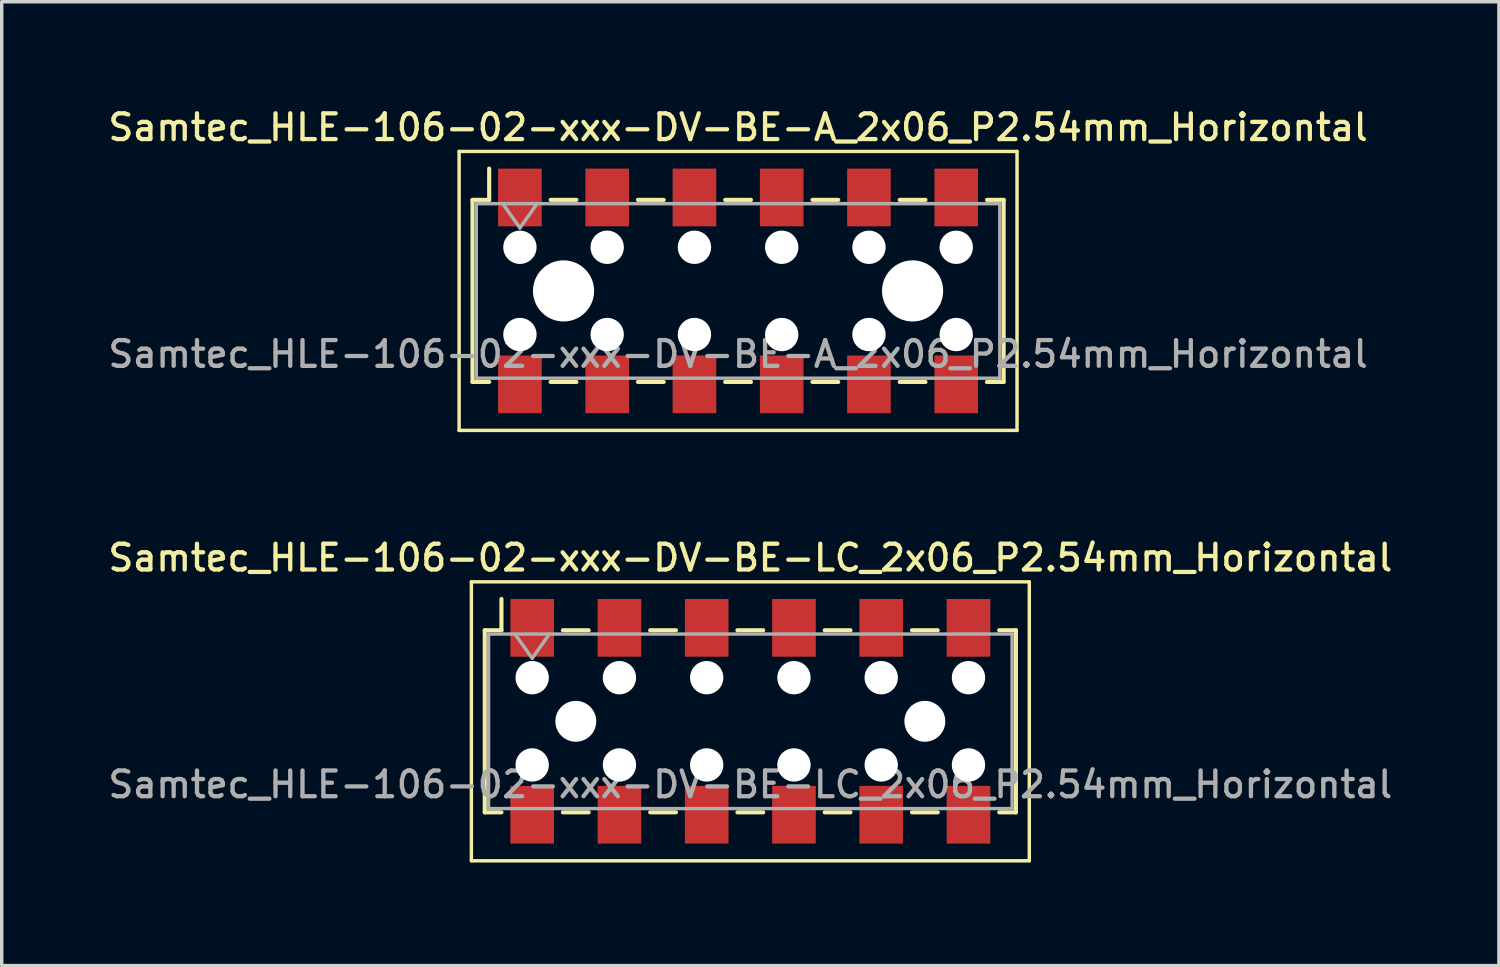
<source format=kicad_pcb>
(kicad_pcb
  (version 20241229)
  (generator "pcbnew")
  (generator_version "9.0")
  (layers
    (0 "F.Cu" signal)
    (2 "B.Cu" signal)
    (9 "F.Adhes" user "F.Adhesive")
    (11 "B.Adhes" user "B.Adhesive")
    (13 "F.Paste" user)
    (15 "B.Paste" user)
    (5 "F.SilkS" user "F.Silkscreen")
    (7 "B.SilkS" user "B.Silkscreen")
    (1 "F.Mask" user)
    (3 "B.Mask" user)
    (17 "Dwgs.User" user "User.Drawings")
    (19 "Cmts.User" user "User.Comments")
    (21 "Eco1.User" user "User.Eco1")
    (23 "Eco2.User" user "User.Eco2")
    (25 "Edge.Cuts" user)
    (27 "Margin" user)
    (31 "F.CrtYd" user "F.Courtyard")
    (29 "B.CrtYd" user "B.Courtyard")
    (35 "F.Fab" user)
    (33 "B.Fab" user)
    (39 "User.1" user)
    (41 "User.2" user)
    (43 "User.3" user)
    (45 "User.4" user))
  (footprint "Samtec_HLE-106-02-xxx-DV-BE-A_2x06_P2.54mm_Horizontal"
    (layer "F.Cu")
    (at 18.434 5.418)
    (property "Reference" "Samtec_HLE-106-02-xxx-DV-BE-A_2x06_P2.54mm_Horizontal" (at 0 -4.76 0) (layer "F.SilkS") (effects (font (size 0.75 0.75) (thickness 0.125))))
    (attr smd)
    (fp_line (start -8.12 -4.06) (end 8.12 -4.06) (stroke (width 0.1) (type solid)) (layer "F.SilkS"))
    (fp_line (start -8.12 4.06) (end -8.12 -4.06) (stroke (width 0.1) (type solid)) (layer "F.SilkS"))
    (fp_line (start -7.73 -2.65) (end -7.73 2.65) (stroke (width 0.12) (type solid)) (layer "F.SilkS"))
    (fp_line (start -7.73 2.65) (end -7.245 2.65) (stroke (width 0.12) (type solid)) (layer "F.SilkS"))
    (fp_line (start -7.245 -3.56) (end -7.245 -2.65) (stroke (width 0.12) (type solid)) (layer "F.SilkS"))
    (fp_line (start -7.245 -2.65) (end -7.73 -2.65) (stroke (width 0.12) (type solid)) (layer "F.SilkS"))
    (fp_line (start -5.455 -2.65) (end -4.705 -2.65) (stroke (width 0.12) (type solid)) (layer "F.SilkS"))
    (fp_line (start -5.455 2.65) (end -4.705 2.65) (stroke (width 0.12) (type solid)) (layer "F.SilkS"))
    (fp_line (start -2.915 -2.65) (end -2.165 -2.65) (stroke (width 0.12) (type solid)) (layer "F.SilkS"))
    (fp_line (start -2.915 2.65) (end -2.165 2.65) (stroke (width 0.12) (type solid)) (layer "F.SilkS"))
    (fp_line (start -0.375 -2.65) (end 0.375 -2.65) (stroke (width 0.12) (type solid)) (layer "F.SilkS"))
    (fp_line (start -0.375 2.65) (end 0.375 2.65) (stroke (width 0.12) (type solid)) (layer "F.SilkS"))
    (fp_line (start 2.165 -2.65) (end 2.915 -2.65) (stroke (width 0.12) (type solid)) (layer "F.SilkS"))
    (fp_line (start 2.165 2.65) (end 2.915 2.65) (stroke (width 0.12) (type solid)) (layer "F.SilkS"))
    (fp_line (start 4.705 -2.65) (end 5.455 -2.65) (stroke (width 0.12) (type solid)) (layer "F.SilkS"))
    (fp_line (start 4.705 2.65) (end 5.455 2.65) (stroke (width 0.12) (type solid)) (layer "F.SilkS"))
    (fp_line (start 7.245 -2.65) (end 7.73 -2.65) (stroke (width 0.12) (type solid)) (layer "F.SilkS"))
    (fp_line (start 7.73 -2.65) (end 7.73 2.65) (stroke (width 0.12) (type solid)) (layer "F.SilkS"))
    (fp_line (start 7.73 2.65) (end 7.245 2.65) (stroke (width 0.12) (type solid)) (layer "F.SilkS"))
    (fp_line (start 8.12 -4.06) (end 8.12 4.06) (stroke (width 0.1) (type solid)) (layer "F.SilkS"))
    (fp_line (start 8.12 4.06) (end -8.12 4.06) (stroke (width 0.1) (type solid)) (layer "F.SilkS"))
    (fp_line (start -7.62 -2.54) (end 7.62 -2.54) (stroke (width 0.1) (type solid)) (layer "F.Fab"))
    (fp_line (start -7.62 2.54) (end -7.62 -2.54) (stroke (width 0.1) (type solid)) (layer "F.Fab"))
    (fp_line (start -6.85 -2.54) (end -6.35 -1.833) (stroke (width 0.1) (type solid)) (layer "F.Fab"))
    (fp_line (start -6.35 -1.833) (end -5.85 -2.54) (stroke (width 0.1) (type solid)) (layer "F.Fab"))
    (fp_line (start 7.62 -2.54) (end 7.62 2.54) (stroke (width 0.1) (type solid)) (layer "F.Fab"))
    (fp_line (start 7.62 2.54) (end -7.62 2.54) (stroke (width 0.1) (type solid)) (layer "F.Fab"))
    (fp_text user "${REFERENCE}" (at 0 1.84 0) (layer "F.Fab") (effects (font (size 0.75 0.75) (thickness 0.125))))
    (pad "" np_thru_hole circle (at -6.35 -1.27) (size 0.97 0.97) (drill 0.97) (layers "*.Cu" "*.Mask"))
    (pad "" np_thru_hole circle (at -6.35 1.27) (size 0.97 0.97) (drill 0.97) (layers "*.Cu" "*.Mask"))
    (pad "" np_thru_hole circle (at -5.08 0) (size 1.78 1.78) (drill 1.78) (layers "*.Cu" "*.Mask"))
    (pad "" np_thru_hole circle (at -3.81 -1.27) (size 0.97 0.97) (drill 0.97) (layers "*.Cu" "*.Mask"))
    (pad "" np_thru_hole circle (at -3.81 1.27) (size 0.97 0.97) (drill 0.97) (layers "*.Cu" "*.Mask"))
    (pad "" np_thru_hole circle (at -1.27 -1.27) (size 0.97 0.97) (drill 0.97) (layers "*.Cu" "*.Mask"))
    (pad "" np_thru_hole circle (at -1.27 1.27) (size 0.97 0.97) (drill 0.97) (layers "*.Cu" "*.Mask"))
    (pad "" np_thru_hole circle (at 1.27 -1.27) (size 0.97 0.97) (drill 0.97) (layers "*.Cu" "*.Mask"))
    (pad "" np_thru_hole circle (at 1.27 1.27) (size 0.97 0.97) (drill 0.97) (layers "*.Cu" "*.Mask"))
    (pad "" np_thru_hole circle (at 3.81 -1.27) (size 0.97 0.97) (drill 0.97) (layers "*.Cu" "*.Mask"))
    (pad "" np_thru_hole circle (at 3.81 1.27) (size 0.97 0.97) (drill 0.97) (layers "*.Cu" "*.Mask"))
    (pad "" np_thru_hole circle (at 5.08 0) (size 1.78 1.78) (drill 1.78) (layers "*.Cu" "*.Mask"))
    (pad "" np_thru_hole circle (at 6.35 -1.27) (size 0.97 0.97) (drill 0.97) (layers "*.Cu" "*.Mask"))
    (pad "" np_thru_hole circle (at 6.35 1.27) (size 0.97 0.97) (drill 0.97) (layers "*.Cu" "*.Mask"))
    (pad "1" smd rect (at -6.35 -2.72) (size 1.27 1.68) (layers "F.Cu" "F.Mask" "F.Paste"))
    (pad "2" smd rect (at -6.35 2.72) (size 1.27 1.68) (layers "F.Cu" "F.Mask" "F.Paste"))
    (pad "3" smd rect (at -3.81 -2.72) (size 1.27 1.68) (layers "F.Cu" "F.Mask" "F.Paste"))
    (pad "4" smd rect (at -3.81 2.72) (size 1.27 1.68) (layers "F.Cu" "F.Mask" "F.Paste"))
    (pad "5" smd rect (at -1.27 -2.72) (size 1.27 1.68) (layers "F.Cu" "F.Mask" "F.Paste"))
    (pad "6" smd rect (at -1.27 2.72) (size 1.27 1.68) (layers "F.Cu" "F.Mask" "F.Paste"))
    (pad "7" smd rect (at 1.27 -2.72) (size 1.27 1.68) (layers "F.Cu" "F.Mask" "F.Paste"))
    (pad "8" smd rect (at 1.27 2.72) (size 1.27 1.68) (layers "F.Cu" "F.Mask" "F.Paste"))
    (pad "9" smd rect (at 3.81 -2.72) (size 1.27 1.68) (layers "F.Cu" "F.Mask" "F.Paste"))
    (pad "10" smd rect (at 3.81 2.72) (size 1.27 1.68) (layers "F.Cu" "F.Mask" "F.Paste"))
    (pad "11" smd rect (at 6.35 -2.72) (size 1.27 1.68) (layers "F.Cu" "F.Mask" "F.Paste"))
    (pad "12" smd rect (at 6.35 2.72) (size 1.27 1.68) (layers "F.Cu" "F.Mask" "F.Paste")))
  (footprint "Samtec_HLE-106-02-xxx-DV-BE-LC_2x06_P2.54mm_Horizontal"
    (layer "F.Cu")
    (at 18.791 17.946)
    (property "Reference" "Samtec_HLE-106-02-xxx-DV-BE-LC_2x06_P2.54mm_Horizontal" (at 0 -4.76 0) (layer "F.SilkS") (effects (font (size 0.75 0.75) (thickness 0.125))))
    (attr smd)
    (fp_line (start -8.12 -4.06) (end 8.12 -4.06) (stroke (width 0.1) (type solid)) (layer "F.SilkS"))
    (fp_line (start -8.12 4.06) (end -8.12 -4.06) (stroke (width 0.1) (type solid)) (layer "F.SilkS"))
    (fp_line (start -7.73 -2.65) (end -7.73 2.65) (stroke (width 0.12) (type solid)) (layer "F.SilkS"))
    (fp_line (start -7.73 2.65) (end -7.245 2.65) (stroke (width 0.12) (type solid)) (layer "F.SilkS"))
    (fp_line (start -7.245 -3.56) (end -7.245 -2.65) (stroke (width 0.12) (type solid)) (layer "F.SilkS"))
    (fp_line (start -7.245 -2.65) (end -7.73 -2.65) (stroke (width 0.12) (type solid)) (layer "F.SilkS"))
    (fp_line (start -5.455 -2.65) (end -4.705 -2.65) (stroke (width 0.12) (type solid)) (layer "F.SilkS"))
    (fp_line (start -5.455 2.65) (end -4.705 2.65) (stroke (width 0.12) (type solid)) (layer "F.SilkS"))
    (fp_line (start -2.915 -2.65) (end -2.165 -2.65) (stroke (width 0.12) (type solid)) (layer "F.SilkS"))
    (fp_line (start -2.915 2.65) (end -2.165 2.65) (stroke (width 0.12) (type solid)) (layer "F.SilkS"))
    (fp_line (start -0.375 -2.65) (end 0.375 -2.65) (stroke (width 0.12) (type solid)) (layer "F.SilkS"))
    (fp_line (start -0.375 2.65) (end 0.375 2.65) (stroke (width 0.12) (type solid)) (layer "F.SilkS"))
    (fp_line (start 2.165 -2.65) (end 2.915 -2.65) (stroke (width 0.12) (type solid)) (layer "F.SilkS"))
    (fp_line (start 2.165 2.65) (end 2.915 2.65) (stroke (width 0.12) (type solid)) (layer "F.SilkS"))
    (fp_line (start 4.705 -2.65) (end 5.455 -2.65) (stroke (width 0.12) (type solid)) (layer "F.SilkS"))
    (fp_line (start 4.705 2.65) (end 5.455 2.65) (stroke (width 0.12) (type solid)) (layer "F.SilkS"))
    (fp_line (start 7.245 -2.65) (end 7.73 -2.65) (stroke (width 0.12) (type solid)) (layer "F.SilkS"))
    (fp_line (start 7.73 -2.65) (end 7.73 2.65) (stroke (width 0.12) (type solid)) (layer "F.SilkS"))
    (fp_line (start 7.73 2.65) (end 7.245 2.65) (stroke (width 0.12) (type solid)) (layer "F.SilkS"))
    (fp_line (start 8.12 -4.06) (end 8.12 4.06) (stroke (width 0.1) (type solid)) (layer "F.SilkS"))
    (fp_line (start 8.12 4.06) (end -8.12 4.06) (stroke (width 0.1) (type solid)) (layer "F.SilkS"))
    (fp_line (start -7.62 -2.54) (end 7.62 -2.54) (stroke (width 0.1) (type solid)) (layer "F.Fab"))
    (fp_line (start -7.62 2.54) (end -7.62 -2.54) (stroke (width 0.1) (type solid)) (layer "F.Fab"))
    (fp_line (start -6.85 -2.54) (end -6.35 -1.833) (stroke (width 0.1) (type solid)) (layer "F.Fab"))
    (fp_line (start -6.35 -1.833) (end -5.85 -2.54) (stroke (width 0.1) (type solid)) (layer "F.Fab"))
    (fp_line (start 7.62 -2.54) (end 7.62 2.54) (stroke (width 0.1) (type solid)) (layer "F.Fab"))
    (fp_line (start 7.62 2.54) (end -7.62 2.54) (stroke (width 0.1) (type solid)) (layer "F.Fab"))
    (fp_text user "${REFERENCE}" (at 0 1.84 0) (layer "F.Fab") (effects (font (size 0.75 0.75) (thickness 0.125))))
    (pad "" np_thru_hole circle (at -6.35 -1.27) (size 0.97 0.97) (drill 0.97) (layers "*.Cu" "*.Mask"))
    (pad "" np_thru_hole circle (at -6.35 1.27) (size 0.97 0.97) (drill 0.97) (layers "*.Cu" "*.Mask"))
    (pad "" np_thru_hole circle (at -5.08 0) (size 1.19 1.19) (drill 1.19) (layers "*.Cu" "*.Mask"))
    (pad "" np_thru_hole circle (at -3.81 -1.27) (size 0.97 0.97) (drill 0.97) (layers "*.Cu" "*.Mask"))
    (pad "" np_thru_hole circle (at -3.81 1.27) (size 0.97 0.97) (drill 0.97) (layers "*.Cu" "*.Mask"))
    (pad "" np_thru_hole circle (at -1.27 -1.27) (size 0.97 0.97) (drill 0.97) (layers "*.Cu" "*.Mask"))
    (pad "" np_thru_hole circle (at -1.27 1.27) (size 0.97 0.97) (drill 0.97) (layers "*.Cu" "*.Mask"))
    (pad "" np_thru_hole circle (at 1.27 -1.27) (size 0.97 0.97) (drill 0.97) (layers "*.Cu" "*.Mask"))
    (pad "" np_thru_hole circle (at 1.27 1.27) (size 0.97 0.97) (drill 0.97) (layers "*.Cu" "*.Mask"))
    (pad "" np_thru_hole circle (at 3.81 -1.27) (size 0.97 0.97) (drill 0.97) (layers "*.Cu" "*.Mask"))
    (pad "" np_thru_hole circle (at 3.81 1.27) (size 0.97 0.97) (drill 0.97) (layers "*.Cu" "*.Mask"))
    (pad "" np_thru_hole circle (at 5.08 0) (size 1.19 1.19) (drill 1.19) (layers "*.Cu" "*.Mask"))
    (pad "" np_thru_hole circle (at 6.35 -1.27) (size 0.97 0.97) (drill 0.97) (layers "*.Cu" "*.Mask"))
    (pad "" np_thru_hole circle (at 6.35 1.27) (size 0.97 0.97) (drill 0.97) (layers "*.Cu" "*.Mask"))
    (pad "1" smd rect (at -6.35 -2.72) (size 1.27 1.68) (layers "F.Cu" "F.Mask" "F.Paste"))
    (pad "2" smd rect (at -6.35 2.72) (size 1.27 1.68) (layers "F.Cu" "F.Mask" "F.Paste"))
    (pad "3" smd rect (at -3.81 -2.72) (size 1.27 1.68) (layers "F.Cu" "F.Mask" "F.Paste"))
    (pad "4" smd rect (at -3.81 2.72) (size 1.27 1.68) (layers "F.Cu" "F.Mask" "F.Paste"))
    (pad "5" smd rect (at -1.27 -2.72) (size 1.27 1.68) (layers "F.Cu" "F.Mask" "F.Paste"))
    (pad "6" smd rect (at -1.27 2.72) (size 1.27 1.68) (layers "F.Cu" "F.Mask" "F.Paste"))
    (pad "7" smd rect (at 1.27 -2.72) (size 1.27 1.68) (layers "F.Cu" "F.Mask" "F.Paste"))
    (pad "8" smd rect (at 1.27 2.72) (size 1.27 1.68) (layers "F.Cu" "F.Mask" "F.Paste"))
    (pad "9" smd rect (at 3.81 -2.72) (size 1.27 1.68) (layers "F.Cu" "F.Mask" "F.Paste"))
    (pad "10" smd rect (at 3.81 2.72) (size 1.27 1.68) (layers "F.Cu" "F.Mask" "F.Paste"))
    (pad "11" smd rect (at 6.35 -2.72) (size 1.27 1.68) (layers "F.Cu" "F.Mask" "F.Paste"))
    (pad "12" smd rect (at 6.35 2.72) (size 1.27 1.68) (layers "F.Cu" "F.Mask" "F.Paste")))
  (gr_rect
    (start -3 -3)
    (end 40.582 25.056)
    (stroke (width 0.1) (type default))
    (fill no)
    (layer "Edge.Cuts")))
</source>
